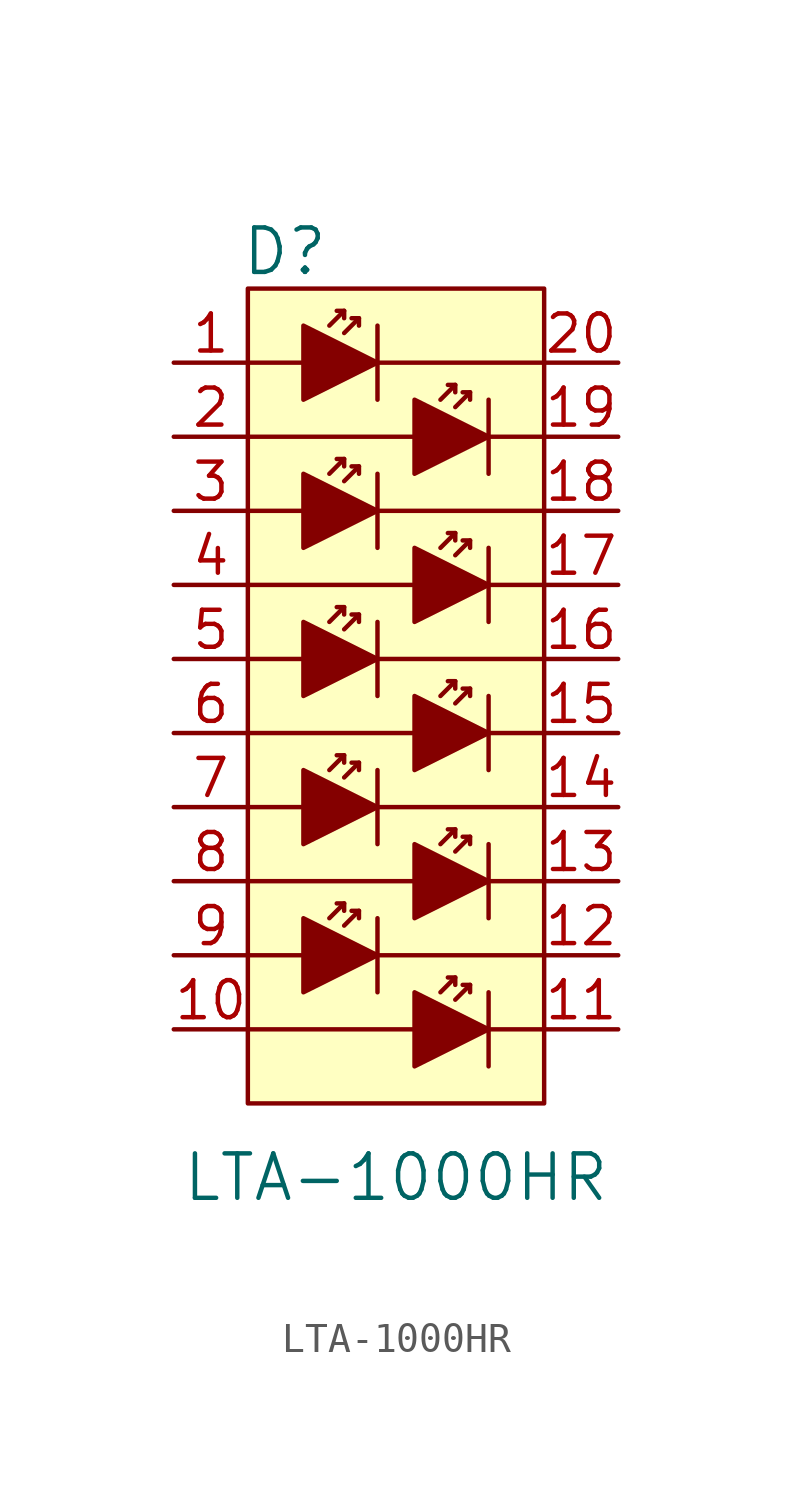
<source format=kicad_sym>
(kicad_symbol_lib
  (version 20220914)
  (generator kicad_symbol_editor)
  (symbol "LTA-1000HR"
    (pin_names
      (offset 0))
    (property "Reference" "D"
      (at -3.81 3.81 0)
      (effects (font (size 1.524 1.524))))
    (property "Value" "LTA-1000HR"
      (at 0 -27.94 0)
      (effects (font (size 1.524 1.524))))
    (symbol "LTA-1000HR_0_1"
      (rectangle (start -5.08 2.54) (end 5.08 -25.4) (stroke (width 0) (type solid)) (fill (type background)))
      (polyline (pts (xy -5.08 -20.32) (xy -3.175 -20.32)) (stroke (width 0) (type solid)) (fill (type none)))
      (polyline (pts (xy -5.08 -15.24) (xy -3.175 -15.24)) (stroke (width 0) (type solid)) (fill (type none)))
      (polyline (pts (xy -5.08 -10.16) (xy -3.175 -10.16)) (stroke (width 0) (type solid)) (fill (type none)))
      (polyline (pts (xy -5.08 -5.08) (xy -3.175 -5.08)) (stroke (width 0) (type solid)) (fill (type none)))
      (polyline (pts (xy -3.175 0) (xy -5.08 0)) (stroke (width 0) (type solid)) (fill (type none)))
      (polyline (pts (xy -1.778 -18.542) (xy -2.286 -19.05)) (stroke (width 0) (type solid)) (fill (type none)))
      (polyline (pts (xy -1.778 -13.462) (xy -2.286 -13.97)) (stroke (width 0) (type solid)) (fill (type none)))
      (polyline (pts (xy -1.778 -8.382) (xy -2.286 -8.89)) (stroke (width 0) (type solid)) (fill (type none)))
      (polyline (pts (xy -1.778 -3.302) (xy -2.286 -3.81)) (stroke (width 0) (type solid)) (fill (type none)))
      (polyline (pts (xy -1.778 1.778) (xy -2.286 1.27)) (stroke (width 0) (type solid)) (fill (type none)))
      (polyline (pts (xy -1.27 -18.796) (xy -1.778 -19.304)) (stroke (width 0) (type solid)) (fill (type none)))
      (polyline (pts (xy -1.27 -13.716) (xy -1.778 -14.224)) (stroke (width 0) (type solid)) (fill (type none)))
      (polyline (pts (xy -1.27 -8.636) (xy -1.778 -9.144)) (stroke (width 0) (type solid)) (fill (type none)))
      (polyline (pts (xy -1.27 -3.556) (xy -1.778 -4.064)) (stroke (width 0) (type solid)) (fill (type none)))
      (polyline (pts (xy -1.27 1.524) (xy -1.778 1.016)) (stroke (width 0) (type solid)) (fill (type none)))
      (polyline (pts (xy -0.635 -21.59) (xy -0.635 -19.05)) (stroke (width 0) (type solid)) (fill (type none)))
      (polyline (pts (xy -0.635 -20.32) (xy 5.08 -20.32)) (stroke (width 0) (type solid)) (fill (type none)))
      (polyline (pts (xy -0.635 -16.51) (xy -0.635 -13.97)) (stroke (width 0) (type solid)) (fill (type none)))
      (polyline (pts (xy -0.635 -15.24) (xy 5.08 -15.24)) (stroke (width 0) (type solid)) (fill (type none)))
      (polyline (pts (xy -0.635 -10.16) (xy 5.08 -10.16)) (stroke (width 0) (type solid)) (fill (type none)))
      (polyline (pts (xy -0.635 -8.89) (xy -0.635 -11.43)) (stroke (width 0) (type solid)) (fill (type none)))
      (polyline (pts (xy -0.635 -5.08) (xy 5.08 -5.08)) (stroke (width 0) (type solid)) (fill (type none)))
      (polyline (pts (xy -0.635 -3.81) (xy -0.635 -6.35)) (stroke (width 0) (type solid)) (fill (type none)))
      (polyline (pts (xy -0.635 0) (xy 5.08 0)) (stroke (width 0) (type solid)) (fill (type none)))
      (polyline (pts (xy -0.635 1.27) (xy -0.635 -1.27)) (stroke (width 0) (type solid)) (fill (type none)))
      (polyline (pts (xy 0.635 -22.86) (xy -5.08 -22.86)) (stroke (width 0) (type solid)) (fill (type none)))
      (polyline (pts (xy 0.635 -17.78) (xy -5.08 -17.78)) (stroke (width 0) (type solid)) (fill (type none)))
      (polyline (pts (xy 0.635 -12.7) (xy -5.08 -12.7)) (stroke (width 0) (type solid)) (fill (type none)))
      (polyline (pts (xy 0.635 -7.62) (xy -5.08 -7.62)) (stroke (width 0) (type solid)) (fill (type none)))
      (polyline (pts (xy 0.635 -2.54) (xy -5.08 -2.54)) (stroke (width 0) (type solid)) (fill (type none)))
      (polyline (pts (xy 2.032 -21.082) (xy 1.524 -21.59)) (stroke (width 0) (type solid)) (fill (type none)))
      (polyline (pts (xy 2.032 -16.002) (xy 1.524 -16.51)) (stroke (width 0) (type solid)) (fill (type none)))
      (polyline (pts (xy 2.032 -10.922) (xy 1.524 -11.43)) (stroke (width 0) (type solid)) (fill (type none)))
      (polyline (pts (xy 2.032 -5.842) (xy 1.524 -6.35)) (stroke (width 0) (type solid)) (fill (type none)))
      (polyline (pts (xy 2.032 -0.762) (xy 1.524 -1.27)) (stroke (width 0) (type solid)) (fill (type none)))
      (polyline (pts (xy 2.54 -21.336) (xy 2.032 -21.844)) (stroke (width 0) (type solid)) (fill (type none)))
      (polyline (pts (xy 2.54 -16.256) (xy 2.032 -16.764)) (stroke (width 0) (type solid)) (fill (type none)))
      (polyline (pts (xy 2.54 -11.176) (xy 2.032 -11.684)) (stroke (width 0) (type solid)) (fill (type none)))
      (polyline (pts (xy 2.54 -6.096) (xy 2.032 -6.604)) (stroke (width 0) (type solid)) (fill (type none)))
      (polyline (pts (xy 2.54 -1.016) (xy 2.032 -1.524)) (stroke (width 0) (type solid)) (fill (type none)))
      (polyline (pts (xy 3.175 -22.86) (xy 5.08 -22.86)) (stroke (width 0) (type solid)) (fill (type none)))
      (polyline (pts (xy 3.175 -21.59) (xy 3.175 -24.13)) (stroke (width 0) (type solid)) (fill (type none)))
      (polyline (pts (xy 3.175 -17.78) (xy 5.08 -17.78)) (stroke (width 0) (type solid)) (fill (type none)))
      (polyline (pts (xy 3.175 -16.51) (xy 3.175 -19.05)) (stroke (width 0) (type solid)) (fill (type none)))
      (polyline (pts (xy 3.175 -12.7) (xy 5.08 -12.7)) (stroke (width 0) (type solid)) (fill (type none)))
      (polyline (pts (xy 3.175 -11.43) (xy 3.175 -13.97)) (stroke (width 0) (type solid)) (fill (type none)))
      (polyline (pts (xy 3.175 -7.62) (xy 5.08 -7.62)) (stroke (width 0) (type solid)) (fill (type none)))
      (polyline (pts (xy 3.175 -6.35) (xy 3.175 -8.89)) (stroke (width 0) (type solid)) (fill (type none)))
      (polyline (pts (xy 3.175 -2.54) (xy 5.08 -2.54)) (stroke (width 0) (type solid)) (fill (type none)))
      (polyline (pts (xy 3.175 -1.27) (xy 3.175 -3.81)) (stroke (width 0) (type solid)) (fill (type none)))
      (polyline (pts (xy -2.032 -18.542) (xy -1.778 -18.542) (xy -1.778 -18.796)) (stroke (width 0) (type solid)) (fill (type none)))
      (polyline (pts (xy -2.032 -13.462) (xy -1.778 -13.462) (xy -1.778 -13.716)) (stroke (width 0) (type solid)) (fill (type none)))
      (polyline (pts (xy -2.032 -8.382) (xy -1.778 -8.382) (xy -1.778 -8.636)) (stroke (width 0) (type solid)) (fill (type none)))
      (polyline (pts (xy -2.032 -3.302) (xy -1.778 -3.302) (xy -1.778 -3.556)) (stroke (width 0) (type solid)) (fill (type none)))
      (polyline (pts (xy -2.032 1.778) (xy -1.778 1.778) (xy -1.778 1.524)) (stroke (width 0) (type solid)) (fill (type none)))
      (polyline (pts (xy -1.524 -18.796) (xy -1.27 -18.796) (xy -1.27 -19.05)) (stroke (width 0) (type solid)) (fill (type none)))
      (polyline (pts (xy -1.524 -13.716) (xy -1.27 -13.716) (xy -1.27 -13.97)) (stroke (width 0) (type solid)) (fill (type none)))
      (polyline (pts (xy -1.524 -8.636) (xy -1.27 -8.636) (xy -1.27 -8.89)) (stroke (width 0) (type solid)) (fill (type none)))
      (polyline (pts (xy -1.524 -3.556) (xy -1.27 -3.556) (xy -1.27 -3.81)) (stroke (width 0) (type solid)) (fill (type none)))
      (polyline (pts (xy -1.524 1.524) (xy -1.27 1.524) (xy -1.27 1.27)) (stroke (width 0) (type solid)) (fill (type none)))
      (polyline (pts (xy 1.778 -21.082) (xy 2.032 -21.082) (xy 2.032 -21.336)) (stroke (width 0) (type solid)) (fill (type none)))
      (polyline (pts (xy 1.778 -16.002) (xy 2.032 -16.002) (xy 2.032 -16.256)) (stroke (width 0) (type solid)) (fill (type none)))
      (polyline (pts (xy 1.778 -10.922) (xy 2.032 -10.922) (xy 2.032 -11.176)) (stroke (width 0) (type solid)) (fill (type none)))
      (polyline (pts (xy 1.778 -5.842) (xy 2.032 -5.842) (xy 2.032 -6.096)) (stroke (width 0) (type solid)) (fill (type none)))
      (polyline (pts (xy 1.778 -0.762) (xy 2.032 -0.762) (xy 2.032 -1.016)) (stroke (width 0) (type solid)) (fill (type none)))
      (polyline (pts (xy 2.286 -21.336) (xy 2.54 -21.336) (xy 2.54 -21.59)) (stroke (width 0) (type solid)) (fill (type none)))
      (polyline (pts (xy 2.286 -16.256) (xy 2.54 -16.256) (xy 2.54 -16.51)) (stroke (width 0) (type solid)) (fill (type none)))
      (polyline (pts (xy 2.286 -11.176) (xy 2.54 -11.176) (xy 2.54 -11.43)) (stroke (width 0) (type solid)) (fill (type none)))
      (polyline (pts (xy 2.286 -6.096) (xy 2.54 -6.096) (xy 2.54 -6.35)) (stroke (width 0) (type solid)) (fill (type none)))
      (polyline (pts (xy 2.286 -1.016) (xy 2.54 -1.016) (xy 2.54 -1.27)) (stroke (width 0) (type solid)) (fill (type none)))
      (polyline (pts (xy -3.175 -19.05) (xy -3.175 -21.59) (xy -0.635 -20.32) (xy -3.175 -19.05)) (stroke (width 0) (type solid)) (fill (type outline)))
      (polyline (pts (xy -3.175 -13.97) (xy -3.175 -16.51) (xy -0.635 -15.24) (xy -3.175 -13.97)) (stroke (width 0) (type solid)) (fill (type outline)))
      (polyline (pts (xy -3.175 -8.89) (xy -3.175 -11.43) (xy -0.635 -10.16) (xy -3.175 -8.89)) (stroke (width 0) (type solid)) (fill (type outline)))
      (polyline (pts (xy -3.175 -3.81) (xy -3.175 -6.35) (xy -0.635 -5.08) (xy -3.175 -3.81)) (stroke (width 0) (type solid)) (fill (type outline)))
      (polyline (pts (xy -3.175 1.27) (xy -3.175 -1.27) (xy -0.635 0) (xy -3.175 1.27)) (stroke (width 0) (type solid)) (fill (type outline)))
      (polyline (pts (xy 0.635 -21.59) (xy 0.635 -24.13) (xy 3.175 -22.86) (xy 0.635 -21.59)) (stroke (width 0) (type solid)) (fill (type outline)))
      (polyline (pts (xy 0.635 -16.51) (xy 0.635 -19.05) (xy 3.175 -17.78) (xy 0.635 -16.51)) (stroke (width 0) (type solid)) (fill (type outline)))
      (polyline (pts (xy 0.635 -11.43) (xy 0.635 -13.97) (xy 3.175 -12.7) (xy 0.635 -11.43)) (stroke (width 0) (type solid)) (fill (type outline)))
      (polyline (pts (xy 0.635 -6.35) (xy 0.635 -8.89) (xy 3.175 -7.62) (xy 0.635 -6.35)) (stroke (width 0) (type solid)) (fill (type outline)))
      (polyline (pts (xy 0.635 -1.27) (xy 0.635 -3.81) (xy 3.175 -2.54) (xy 0.635 -1.27)) (stroke (width 0) (type solid)) (fill (type outline))))
    (symbol "LTA-1000HR_1_1"
      (pin input line (at -7.62 0 0) (length 2.54) (name "~" (effects (font (size 1.27 1.27)))) (number "1" (effects (font (size 1.27 1.27)))))
      (pin input line (at -7.62 -22.86 0) (length 2.54) (name "~" (effects (font (size 1.27 1.27)))) (number "10" (effects (font (size 1.27 1.27)))))
      (pin output line (at 7.62 -22.86 180) (length 2.54) (name "~" (effects (font (size 1.27 1.27)))) (number "11" (effects (font (size 1.27 1.27)))))
      (pin output line (at 7.62 -20.32 180) (length 2.54) (name "~" (effects (font (size 1.27 1.27)))) (number "12" (effects (font (size 1.27 1.27)))))
      (pin output line (at 7.62 -17.78 180) (length 2.54) (name "~" (effects (font (size 1.27 1.27)))) (number "13" (effects (font (size 1.27 1.27)))))
      (pin output line (at 7.62 -15.24 180) (length 2.54) (name "~" (effects (font (size 1.27 1.27)))) (number "14" (effects (font (size 1.27 1.27)))))
      (pin output line (at 7.62 -12.7 180) (length 2.54) (name "~" (effects (font (size 1.27 1.27)))) (number "15" (effects (font (size 1.27 1.27)))))
      (pin output line (at 7.62 -10.16 180) (length 2.54) (name "~" (effects (font (size 1.27 1.27)))) (number "16" (effects (font (size 1.27 1.27)))))
      (pin output line (at 7.62 -7.62 180) (length 2.54) (name "~" (effects (font (size 1.27 1.27)))) (number "17" (effects (font (size 1.27 1.27)))))
      (pin output line (at 7.62 -5.08 180) (length 2.54) (name "~" (effects (font (size 1.27 1.27)))) (number "18" (effects (font (size 1.27 1.27)))))
      (pin output line (at 7.62 -2.54 180) (length 2.54) (name "~" (effects (font (size 1.27 1.27)))) (number "19" (effects (font (size 1.27 1.27)))))
      (pin input line (at -7.62 -2.54 0) (length 2.54) (name "~" (effects (font (size 1.27 1.27)))) (number "2" (effects (font (size 1.27 1.27)))))
      (pin output line (at 7.62 0 180) (length 2.54) (name "~" (effects (font (size 1.27 1.27)))) (number "20" (effects (font (size 1.27 1.27)))))
      (pin input line (at -7.62 -5.08 0) (length 2.54) (name "~" (effects (font (size 1.27 1.27)))) (number "3" (effects (font (size 1.27 1.27)))))
      (pin input line (at -7.62 -7.62 0) (length 2.54) (name "~" (effects (font (size 1.27 1.27)))) (number "4" (effects (font (size 1.27 1.27)))))
      (pin input line (at -7.62 -10.16 0) (length 2.54) (name "~" (effects (font (size 1.27 1.27)))) (number "5" (effects (font (size 1.27 1.27)))))
      (pin input line (at -7.62 -12.7 0) (length 2.54) (name "~" (effects (font (size 1.27 1.27)))) (number "6" (effects (font (size 1.27 1.27)))))
      (pin input line (at -7.62 -15.24 0) (length 2.54) (name "~" (effects (font (size 1.27 1.27)))) (number "7" (effects (font (size 1.27 1.27)))))
      (pin input line (at -7.62 -17.78 0) (length 2.54) (name "~" (effects (font (size 1.27 1.27)))) (number "8" (effects (font (size 1.27 1.27)))))
      (pin input line (at -7.62 -20.32 0) (length 2.54) (name "~" (effects (font (size 1.27 1.27)))) (number "9" (effects (font (size 1.27 1.27))))))))
</source>
